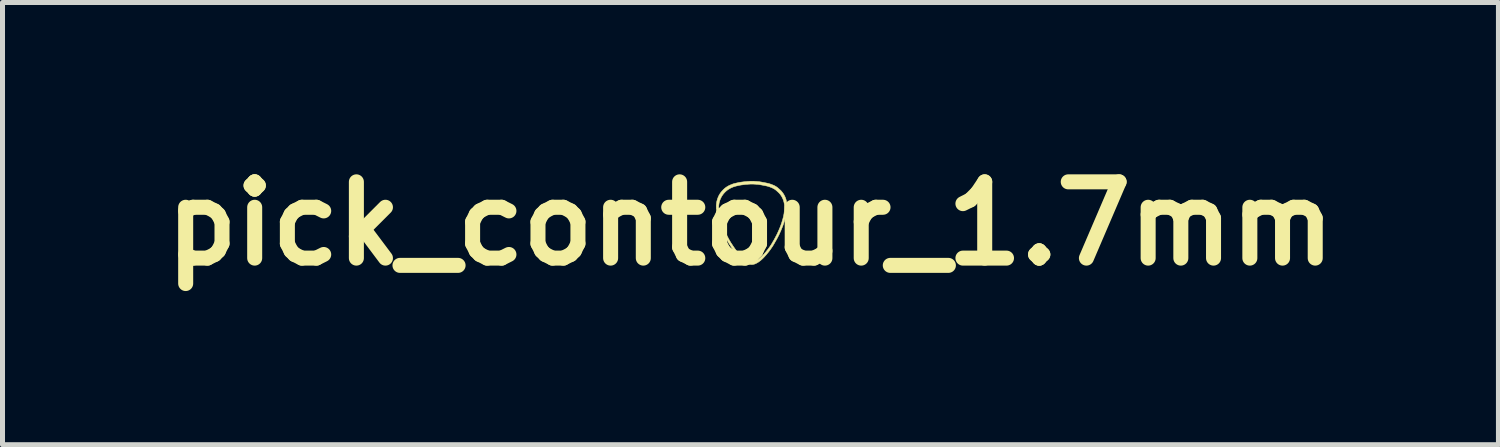
<source format=kicad_pcb>
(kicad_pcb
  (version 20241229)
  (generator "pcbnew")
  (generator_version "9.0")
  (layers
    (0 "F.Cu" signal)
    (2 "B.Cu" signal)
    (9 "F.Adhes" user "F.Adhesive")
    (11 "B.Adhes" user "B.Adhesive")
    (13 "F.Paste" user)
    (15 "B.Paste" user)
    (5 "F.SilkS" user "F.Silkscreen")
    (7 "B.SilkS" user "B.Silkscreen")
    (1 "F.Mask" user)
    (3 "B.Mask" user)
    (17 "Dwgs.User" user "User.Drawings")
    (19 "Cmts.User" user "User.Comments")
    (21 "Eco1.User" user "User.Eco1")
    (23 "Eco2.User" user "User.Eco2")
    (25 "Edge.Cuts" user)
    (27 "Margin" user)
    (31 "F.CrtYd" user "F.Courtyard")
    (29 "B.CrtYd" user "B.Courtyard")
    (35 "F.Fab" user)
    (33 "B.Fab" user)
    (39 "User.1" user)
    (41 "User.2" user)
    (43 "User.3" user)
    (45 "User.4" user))
  (footprint "pick_contour_1.7mm"
    (layer "F.Cu")
    (at 11.945 1.418)
    (property "Reference" "pick_contour_1.7mm" (at 0 0 0) (layer "F.SilkS") (effects (font (size 1.524 1.524) (thickness 0.3))))
    (attr through_hole)
    (fp_poly (pts (xy 0.075 -0.845) (xy 0.085 -0.845) (xy 0.094 -0.844) (xy 0.103 -0.844) (xy 0.111 -0.843) (xy 0.119 -0.842) (xy 0.126 -0.842) (xy 0.133 -0.841) (xy 0.139 -0.841) (xy 0.145 -0.84) (xy 0.15 -0.84) (xy 0.156 -0.839) (xy 0.16 -0.839) (xy 0.165 -0.838) (xy 0.169 -0.838) (xy 0.173 -0.838) (xy 0.177 -0.837) (xy 0.18 -0.837) (xy 0.181 -0.837) (xy 0.184 -0.836) (xy 0.187 -0.836) (xy 0.191 -0.835) (xy 0.195 -0.834) (xy 0.2 -0.833) (xy 0.205 -0.833) (xy 0.21 -0.832) (xy 0.216 -0.831) (xy 0.222 -0.83) (xy 0.228 -0.828) (xy 0.235 -0.827) (xy 0.242 -0.826) (xy 0.249 -0.825) (xy 0.251 -0.824) (xy 0.257 -0.823) (xy 0.263 -0.822) (xy 0.269 -0.821) (xy 0.275 -0.82) (xy 0.281 -0.818) (xy 0.287 -0.817) (xy 0.293 -0.816) (xy 0.298 -0.815) (xy 0.304 -0.814) (xy 0.309 -0.813) (xy 0.313 -0.812) (xy 0.318 -0.811) (xy 0.322 -0.81) (xy 0.325 -0.81) (xy 0.328 -0.809) (xy 0.331 -0.808) (xy 0.332 -0.808) (xy 0.351 -0.804) (xy 0.369 -0.799) (xy 0.387 -0.794) (xy 0.405 -0.788) (xy 0.422 -0.782) (xy 0.439 -0.775) (xy 0.454 -0.769) (xy 0.466 -0.764) (xy 0.477 -0.759) (xy 0.488 -0.753) (xy 0.499 -0.747) (xy 0.509 -0.741) (xy 0.516 -0.737) (xy 0.521 -0.733) (xy 0.525 -0.73) (xy 0.53 -0.727) (xy 0.534 -0.724) (xy 0.538 -0.721) (xy 0.543 -0.718) (xy 0.547 -0.714) (xy 0.551 -0.71) (xy 0.556 -0.706) (xy 0.561 -0.702) (xy 0.564 -0.699) (xy 0.566 -0.697) (xy 0.568 -0.695) (xy 0.571 -0.693) (xy 0.574 -0.69) (xy 0.576 -0.688) (xy 0.579 -0.686) (xy 0.58 -0.685) (xy 0.583 -0.683) (xy 0.585 -0.68) (xy 0.588 -0.678) (xy 0.59 -0.676) (xy 0.592 -0.674) (xy 0.594 -0.672) (xy 0.596 -0.67) (xy 0.598 -0.668) (xy 0.6 -0.666) (xy 0.601 -0.665) (xy 0.612 -0.655) (xy 0.622 -0.644) (xy 0.631 -0.632) (xy 0.641 -0.62) (xy 0.649 -0.608) (xy 0.658 -0.596) (xy 0.666 -0.583) (xy 0.674 -0.569) (xy 0.681 -0.555) (xy 0.682 -0.553) (xy 0.689 -0.539) (xy 0.695 -0.526) (xy 0.7 -0.512) (xy 0.705 -0.498) (xy 0.71 -0.484) (xy 0.714 -0.469) (xy 0.717 -0.455) (xy 0.72 -0.44) (xy 0.722 -0.429) (xy 0.724 -0.419) (xy 0.725 -0.409) (xy 0.726 -0.398) (xy 0.727 -0.387) (xy 0.728 -0.376) (xy 0.728 -0.365) (xy 0.728 -0.354) (xy 0.728 -0.343) (xy 0.728 -0.341) (xy 0.728 -0.34) (xy 0.728 -0.338) (xy 0.728 -0.337) (xy 0.728 -0.335) (xy 0.728 -0.334) (xy 0.728 -0.333) (xy 0.728 -0.331) (xy 0.728 -0.329) (xy 0.728 -0.328) (xy 0.728 -0.326) (xy 0.728 -0.324) (xy 0.727 -0.321) (xy 0.727 -0.319) (xy 0.727 -0.316) (xy 0.727 -0.313) (xy 0.727 -0.31) (xy 0.726 -0.306) (xy 0.726 -0.302) (xy 0.726 -0.297) (xy 0.725 -0.292) (xy 0.725 -0.287) (xy 0.724 -0.281) (xy 0.724 -0.274) (xy 0.724 -0.274) (xy 0.723 -0.266) (xy 0.723 -0.258) (xy 0.722 -0.251) (xy 0.721 -0.245) (xy 0.721 -0.238) (xy 0.72 -0.232) (xy 0.719 -0.227) (xy 0.718 -0.221) (xy 0.718 -0.215) (xy 0.717 -0.21) (xy 0.716 -0.204) (xy 0.715 -0.198) (xy 0.714 -0.193) (xy 0.713 -0.187) (xy 0.711 -0.181) (xy 0.71 -0.171) (xy 0.708 -0.162) (xy 0.706 -0.153) (xy 0.703 -0.144) (xy 0.701 -0.134) (xy 0.699 -0.124) (xy 0.696 -0.114) (xy 0.693 -0.103) (xy 0.69 -0.092) (xy 0.687 -0.081) (xy 0.684 -0.07) (xy 0.68 -0.057) (xy 0.679 -0.053) (xy 0.675 -0.04) (xy 0.671 -0.027) (xy 0.667 -0.014) (xy 0.662 -0.001) (xy 0.658 0.012) (xy 0.653 0.025) (xy 0.649 0.038) (xy 0.644 0.052) (xy 0.638 0.065) (xy 0.633 0.079) (xy 0.627 0.093) (xy 0.621 0.107) (xy 0.615 0.122) (xy 0.609 0.137) (xy 0.602 0.152) (xy 0.595 0.168) (xy 0.588 0.184) (xy 0.585 0.19) (xy 0.58 0.2) (xy 0.576 0.211) (xy 0.571 0.221) (xy 0.566 0.231) (xy 0.561 0.241) (xy 0.556 0.251) (xy 0.551 0.261) (xy 0.546 0.271) (xy 0.54 0.281) (xy 0.535 0.292) (xy 0.529 0.302) (xy 0.523 0.313) (xy 0.517 0.325) (xy 0.511 0.336) (xy 0.504 0.348) (xy 0.498 0.357) (xy 0.496 0.361) (xy 0.494 0.365) (xy 0.491 0.37) (xy 0.489 0.374) (xy 0.486 0.379) (xy 0.483 0.384) (xy 0.481 0.388) (xy 0.478 0.393) (xy 0.475 0.398) (xy 0.473 0.402) (xy 0.47 0.407) (xy 0.467 0.411) (xy 0.465 0.415) (xy 0.463 0.419) (xy 0.461 0.423) (xy 0.459 0.426) (xy 0.457 0.428) (xy 0.456 0.43) (xy 0.447 0.446) (xy 0.437 0.461) (xy 0.426 0.477) (xy 0.415 0.493) (xy 0.404 0.509) (xy 0.393 0.525) (xy 0.38 0.541) (xy 0.368 0.558) (xy 0.355 0.574) (xy 0.341 0.591) (xy 0.327 0.608) (xy 0.317 0.621) (xy 0.306 0.633) (xy 0.295 0.645) (xy 0.285 0.657) (xy 0.275 0.668) (xy 0.265 0.678) (xy 0.255 0.689) (xy 0.245 0.698) (xy 0.235 0.708) (xy 0.225 0.716) (xy 0.215 0.726) (xy 0.204 0.735) (xy 0.194 0.743) (xy 0.184 0.751) (xy 0.173 0.759) (xy 0.163 0.766) (xy 0.153 0.773) (xy 0.142 0.779) (xy 0.132 0.785) (xy 0.123 0.79) (xy 0.113 0.795) (xy 0.103 0.8) (xy 0.094 0.804) (xy 0.085 0.807) (xy 0.077 0.81) (xy 0.072 0.811) (xy 0.067 0.812) (xy 0.062 0.813) (xy 0.056 0.815) (xy 0.051 0.816) (xy 0.045 0.817) (xy 0.041 0.817) (xy 0.039 0.818) (xy 0.036 0.818) (xy 0.034 0.818) (xy 0.031 0.818) (xy 0.029 0.818) (xy 0.026 0.818) (xy 0.024 0.818) (xy 0.021 0.818) (xy 0.02 0.818) (xy 0.016 0.818) (xy 0.012 0.818) (xy 0.008 0.817) (xy 0.005 0.817) (xy 0.002 0.817) (xy -0.001 0.816) (xy -0.003 0.816) (xy -0.006 0.816) (xy -0.008 0.815) (xy -0.011 0.815) (xy -0.013 0.814) (xy -0.014 0.814) (xy -0.021 0.813) (xy -0.028 0.811) (xy -0.036 0.808) (xy -0.044 0.805) (xy -0.052 0.802) (xy -0.06 0.799) (xy -0.069 0.795) (xy -0.077 0.79) (xy -0.09 0.783) (xy -0.103 0.776) (xy -0.115 0.768) (xy -0.127 0.76) (xy -0.138 0.752) (xy -0.149 0.743) (xy -0.154 0.739) (xy -0.157 0.736) (xy -0.161 0.732) (xy -0.165 0.729) (xy -0.17 0.725) (xy -0.175 0.72) (xy -0.179 0.716) (xy -0.184 0.711) (xy -0.189 0.706) (xy -0.194 0.702) (xy -0.199 0.697) (xy -0.205 0.692) (xy -0.209 0.687) (xy -0.214 0.683) (xy -0.219 0.678) (xy -0.223 0.674) (xy -0.227 0.67) (xy -0.231 0.666) (xy -0.235 0.662) (xy -0.238 0.659) (xy -0.242 0.654) (xy -0.247 0.649) (xy -0.252 0.644) (xy -0.257 0.638) (xy -0.262 0.632) (xy -0.267 0.625) (xy -0.273 0.618) (xy -0.279 0.611) (xy -0.285 0.604) (xy -0.29 0.597) (xy -0.296 0.589) (xy -0.302 0.582) (xy -0.308 0.574) (xy -0.314 0.567) (xy -0.319 0.559) (xy -0.325 0.552) (xy -0.33 0.545) (xy -0.333 0.541) (xy -0.335 0.538) (xy -0.338 0.534) (xy -0.34 0.531) (xy -0.342 0.528) (xy -0.345 0.524) (xy -0.347 0.521) (xy -0.35 0.517) (xy -0.352 0.514) (xy -0.355 0.51) (xy -0.358 0.506) (xy -0.36 0.501) (xy -0.364 0.497) (xy -0.367 0.492) (xy -0.371 0.487) (xy -0.374 0.481) (xy -0.376 0.479) (xy -0.382 0.469) (xy -0.388 0.46) (xy -0.394 0.451) (xy -0.4 0.442) (xy -0.405 0.434) (xy -0.41 0.426) (xy -0.415 0.419) (xy -0.42 0.411) (xy -0.424 0.404) (xy -0.429 0.397) (xy -0.433 0.39) (xy -0.437 0.384) (xy -0.441 0.377) (xy -0.445 0.371) (xy -0.448 0.364) (xy -0.452 0.358) (xy -0.456 0.351) (xy -0.459 0.345) (xy -0.463 0.338) (xy -0.467 0.332) (xy -0.47 0.325) (xy -0.474 0.318) (xy -0.478 0.31) (xy -0.482 0.303) (xy -0.486 0.295) (xy -0.49 0.287) (xy -0.494 0.279) (xy -0.496 0.276) (xy -0.499 0.268) (xy -0.503 0.26) (xy -0.507 0.252) (xy -0.511 0.244) (xy -0.515 0.236) (xy -0.519 0.227) (xy -0.523 0.219) (xy -0.527 0.21) (xy -0.531 0.202) (xy -0.535 0.194) (xy -0.539 0.186) (xy -0.543 0.178) (xy -0.546 0.17) (xy -0.55 0.162) (xy -0.553 0.155) (xy -0.556 0.148) (xy -0.559 0.142) (xy -0.562 0.136) (xy -0.562 0.135) (xy -0.573 0.111) (xy -0.582 0.087) (xy -0.592 0.063) (xy -0.601 0.04) (xy -0.609 0.016) (xy -0.617 -0.007) (xy -0.625 -0.031) (xy -0.632 -0.054) (xy -0.639 -0.078) (xy -0.645 -0.101) (xy -0.651 -0.125) (xy -0.657 -0.149) (xy -0.662 -0.174) (xy -0.666 -0.192) (xy -0.667 -0.2) (xy -0.669 -0.207) (xy -0.67 -0.214) (xy -0.671 -0.22) (xy -0.672 -0.226) (xy -0.673 -0.232) (xy -0.674 -0.237) (xy -0.675 -0.242) (xy -0.676 -0.246) (xy -0.676 -0.251) (xy -0.677 -0.255) (xy -0.677 -0.259) (xy -0.678 -0.263) (xy -0.678 -0.266) (xy -0.678 -0.27) (xy -0.678 -0.274) (xy -0.678 -0.275) (xy -0.679 -0.282) (xy -0.679 -0.289) (xy -0.679 -0.296) (xy -0.68 -0.302) (xy -0.68 -0.307) (xy -0.681 -0.312) (xy -0.681 -0.316) (xy -0.682 -0.319) (xy -0.683 -0.325) (xy -0.683 -0.349) (xy -0.635 -0.349) (xy -0.635 -0.302) (xy -0.634 -0.296) (xy -0.634 -0.294) (xy -0.633 -0.29) (xy -0.633 -0.286) (xy -0.632 -0.282) (xy -0.632 -0.277) (xy -0.632 -0.271) (xy -0.631 -0.265) (xy -0.631 -0.259) (xy -0.631 -0.257) (xy -0.631 -0.254) (xy -0.631 -0.25) (xy -0.63 -0.247) (xy -0.63 -0.244) (xy -0.63 -0.24) (xy -0.629 -0.237) (xy -0.629 -0.234) (xy -0.628 -0.23) (xy -0.628 -0.226) (xy -0.627 -0.222) (xy -0.626 -0.218) (xy -0.626 -0.213) (xy -0.625 -0.208) (xy -0.624 -0.202) (xy -0.622 -0.196) (xy -0.622 -0.195) (xy -0.618 -0.172) (xy -0.613 -0.149) (xy -0.608 -0.126) (xy -0.602 -0.103) (xy -0.596 -0.081) (xy -0.59 -0.059) (xy -0.583 -0.037) (xy -0.576 -0.015) (xy -0.569 0.007) (xy -0.561 0.029) (xy -0.553 0.051) (xy -0.544 0.074) (xy -0.535 0.096) (xy -0.525 0.119) (xy -0.524 0.121) (xy -0.522 0.127) (xy -0.519 0.133) (xy -0.516 0.14) (xy -0.513 0.147) (xy -0.509 0.155) (xy -0.505 0.163) (xy -0.501 0.171) (xy -0.501 0.173) (xy -0.499 0.175) (xy -0.498 0.178) (xy -0.497 0.181) (xy -0.496 0.183) (xy -0.495 0.185) (xy -0.494 0.187) (xy -0.493 0.189) (xy -0.493 0.189) (xy -0.49 0.196) (xy -0.487 0.202) (xy -0.483 0.209) (xy -0.48 0.217) (xy -0.476 0.224) (xy -0.473 0.231) (xy -0.469 0.239) (xy -0.466 0.246) (xy -0.462 0.253) (xy -0.459 0.26) (xy -0.455 0.267) (xy -0.452 0.273) (xy -0.449 0.278) (xy -0.446 0.285) (xy -0.442 0.292) (xy -0.439 0.299) (xy -0.435 0.305) (xy -0.432 0.311) (xy -0.429 0.317) (xy -0.425 0.323) (xy -0.422 0.329) (xy -0.419 0.335) (xy -0.416 0.341) (xy -0.412 0.346) (xy -0.409 0.352) (xy -0.405 0.358) (xy -0.402 0.364) (xy -0.398 0.37) (xy -0.394 0.376) (xy -0.39 0.383) (xy -0.386 0.39) (xy -0.381 0.396) (xy -0.376 0.404) (xy -0.372 0.411) (xy -0.366 0.419) (xy -0.361 0.427) (xy -0.355 0.436) (xy -0.35 0.444) (xy -0.346 0.45) (xy -0.342 0.456) (xy -0.338 0.461) (xy -0.335 0.466) (xy -0.332 0.471) (xy -0.329 0.475) (xy -0.326 0.479) (xy -0.323 0.483) (xy -0.321 0.487) (xy -0.318 0.49) (xy -0.316 0.494) (xy -0.313 0.498) (xy -0.311 0.501) (xy -0.308 0.505) (xy -0.305 0.508) (xy -0.303 0.512) (xy -0.3 0.515) (xy -0.295 0.522) (xy -0.289 0.53) (xy -0.284 0.537) (xy -0.278 0.545) (xy -0.272 0.552) (xy -0.266 0.56) (xy -0.26 0.567) (xy -0.254 0.575) (xy -0.248 0.582) (xy -0.242 0.588) (xy -0.237 0.595) (xy -0.232 0.601) (xy -0.23 0.603) (xy -0.227 0.606) (xy -0.224 0.609) (xy -0.221 0.613) (xy -0.217 0.617) (xy -0.213 0.621) (xy -0.208 0.625) (xy -0.204 0.63) (xy -0.199 0.635) (xy -0.194 0.639) (xy -0.189 0.644) (xy -0.184 0.649) (xy -0.179 0.654) (xy -0.174 0.659) (xy -0.169 0.663) (xy -0.164 0.668) (xy -0.159 0.672) (xy -0.155 0.677) (xy -0.15 0.681) (xy -0.146 0.684) (xy -0.142 0.688) (xy -0.142 0.688) (xy -0.131 0.697) (xy -0.119 0.706) (xy -0.108 0.714) (xy -0.096 0.722) (xy -0.084 0.729) (xy -0.071 0.735) (xy -0.068 0.737) (xy -0.061 0.741) (xy -0.055 0.744) (xy -0.049 0.746) (xy -0.043 0.749) (xy -0.037 0.751) (xy -0.031 0.753) (xy -0.026 0.755) (xy -0.02 0.756) (xy -0.015 0.758) (xy -0.013 0.758) (xy -0.01 0.759) (xy -0.007 0.759) (xy -0.004 0.76) (xy -0.000458 0.76) (xy 0.003 0.761) (xy 0.007 0.761) (xy 0.011 0.761) (xy 0.015 0.762) (xy 0.02 0.762) (xy 0.021 0.762) (xy 0.023 0.762) (xy 0.024 0.762) (xy 0.026 0.762) (xy 0.029 0.762) (xy 0.031 0.762) (xy 0.033 0.762) (xy 0.034 0.762) (xy 0.035 0.762) (xy 0.04 0.761) (xy 0.045 0.76) (xy 0.051 0.759) (xy 0.056 0.758) (xy 0.062 0.757) (xy 0.068 0.756) (xy 0.073 0.754) (xy 0.075 0.753) (xy 0.084 0.75) (xy 0.092 0.747) (xy 0.101 0.743) (xy 0.11 0.739) (xy 0.118 0.735) (xy 0.127 0.73) (xy 0.137 0.724) (xy 0.146 0.719) (xy 0.155 0.713) (xy 0.157 0.711) (xy 0.168 0.703) (xy 0.178 0.695) (xy 0.189 0.687) (xy 0.199 0.678) (xy 0.21 0.669) (xy 0.221 0.659) (xy 0.231 0.649) (xy 0.242 0.638) (xy 0.253 0.627) (xy 0.264 0.616) (xy 0.275 0.604) (xy 0.283 0.594) (xy 0.294 0.581) (xy 0.306 0.567) (xy 0.317 0.554) (xy 0.328 0.54) (xy 0.339 0.526) (xy 0.35 0.512) (xy 0.36 0.499) (xy 0.37 0.485) (xy 0.38 0.471) (xy 0.39 0.458) (xy 0.397 0.446) (xy 0.4 0.443) (xy 0.402 0.439) (xy 0.405 0.435) (xy 0.407 0.432) (xy 0.41 0.428) (xy 0.412 0.424) (xy 0.414 0.421) (xy 0.417 0.417) (xy 0.419 0.413) (xy 0.422 0.409) (xy 0.424 0.405) (xy 0.427 0.4) (xy 0.43 0.395) (xy 0.433 0.39) (xy 0.436 0.385) (xy 0.439 0.379) (xy 0.443 0.373) (xy 0.446 0.367) (xy 0.45 0.36) (xy 0.455 0.353) (xy 0.464 0.336) (xy 0.474 0.32) (xy 0.483 0.303) (xy 0.491 0.288) (xy 0.5 0.272) (xy 0.507 0.257) (xy 0.515 0.243) (xy 0.522 0.229) (xy 0.529 0.215) (xy 0.536 0.201) (xy 0.542 0.188) (xy 0.542 0.188) (xy 0.55 0.17) (xy 0.558 0.152) (xy 0.566 0.135) (xy 0.573 0.118) (xy 0.58 0.101) (xy 0.587 0.085) (xy 0.593 0.07) (xy 0.599 0.055) (xy 0.605 0.04) (xy 0.605 0.038) (xy 0.609 0.028) (xy 0.612 0.019) (xy 0.615 0.009) (xy 0.619 -0.000077) (xy 0.622 -0.01) (xy 0.625 -0.019) (xy 0.628 -0.029) (xy 0.631 -0.039) (xy 0.634 -0.05) (xy 0.638 -0.061) (xy 0.641 -0.072) (xy 0.645 -0.086) (xy 0.649 -0.1) (xy 0.652 -0.114) (xy 0.656 -0.127) (xy 0.659 -0.14) (xy 0.661 -0.152) (xy 0.664 -0.164) (xy 0.666 -0.175) (xy 0.668 -0.186) (xy 0.67 -0.196) (xy 0.671 -0.205) (xy 0.672 -0.21) (xy 0.672 -0.214) (xy 0.673 -0.219) (xy 0.673 -0.223) (xy 0.674 -0.227) (xy 0.674 -0.232) (xy 0.675 -0.237) (xy 0.675 -0.242) (xy 0.676 -0.248) (xy 0.676 -0.248) (xy 0.676 -0.252) (xy 0.676 -0.255) (xy 0.677 -0.259) (xy 0.677 -0.263) (xy 0.677 -0.267) (xy 0.678 -0.271) (xy 0.678 -0.273) (xy 0.678 -0.279) (xy 0.679 -0.285) (xy 0.679 -0.29) (xy 0.679 -0.294) (xy 0.68 -0.298) (xy 0.68 -0.302) (xy 0.68 -0.305) (xy 0.68 -0.308) (xy 0.68 -0.311) (xy 0.68 -0.314) (xy 0.681 -0.317) (xy 0.681 -0.319) (xy 0.681 -0.322) (xy 0.681 -0.324) (xy 0.681 -0.327) (xy 0.681 -0.33) (xy 0.681 -0.332) (xy 0.68 -0.342) (xy 0.68 -0.351) (xy 0.68 -0.361) (xy 0.679 -0.37) (xy 0.678 -0.378) (xy 0.677 -0.387) (xy 0.676 -0.395) (xy 0.674 -0.404) (xy 0.673 -0.413) (xy 0.672 -0.418) (xy 0.668 -0.432) (xy 0.665 -0.446) (xy 0.661 -0.46) (xy 0.656 -0.474) (xy 0.65 -0.488) (xy 0.645 -0.501) (xy 0.638 -0.514) (xy 0.632 -0.527) (xy 0.625 -0.54) (xy 0.617 -0.553) (xy 0.609 -0.565) (xy 0.601 -0.577) (xy 0.592 -0.588) (xy 0.584 -0.598) (xy 0.58 -0.602) (xy 0.577 -0.605) (xy 0.574 -0.608) (xy 0.571 -0.612) (xy 0.568 -0.615) (xy 0.564 -0.619) (xy 0.562 -0.621) (xy 0.559 -0.624) (xy 0.557 -0.626) (xy 0.555 -0.628) (xy 0.553 -0.629) (xy 0.551 -0.631) (xy 0.549 -0.633) (xy 0.546 -0.636) (xy 0.544 -0.638) (xy 0.542 -0.639) (xy 0.541 -0.641) (xy 0.538 -0.643) (xy 0.536 -0.645) (xy 0.534 -0.647) (xy 0.531 -0.649) (xy 0.529 -0.651) (xy 0.528 -0.652) (xy 0.526 -0.654) (xy 0.524 -0.656) (xy 0.522 -0.658) (xy 0.52 -0.659) (xy 0.518 -0.661) (xy 0.517 -0.662) (xy 0.516 -0.663) (xy 0.507 -0.67) (xy 0.497 -0.678) (xy 0.487 -0.685) (xy 0.476 -0.692) (xy 0.465 -0.698) (xy 0.454 -0.704) (xy 0.442 -0.71) (xy 0.432 -0.715) (xy 0.417 -0.721) (xy 0.402 -0.727) (xy 0.387 -0.733) (xy 0.371 -0.738) (xy 0.355 -0.743) (xy 0.339 -0.748) (xy 0.323 -0.752) (xy 0.312 -0.754) (xy 0.31 -0.755) (xy 0.307 -0.755) (xy 0.303 -0.756) (xy 0.299 -0.757) (xy 0.295 -0.758) (xy 0.29 -0.759) (xy 0.285 -0.76) (xy 0.28 -0.761) (xy 0.274 -0.762) (xy 0.269 -0.763) (xy 0.263 -0.764) (xy 0.257 -0.765) (xy 0.251 -0.766) (xy 0.245 -0.768) (xy 0.239 -0.769) (xy 0.233 -0.77) (xy 0.227 -0.771) (xy 0.221 -0.772) (xy 0.215 -0.773) (xy 0.21 -0.774) (xy 0.209 -0.774) (xy 0.203 -0.775) (xy 0.198 -0.776) (xy 0.193 -0.777) (xy 0.189 -0.778) (xy 0.185 -0.778) (xy 0.181 -0.779) (xy 0.177 -0.78) (xy 0.174 -0.78) (xy 0.171 -0.781) (xy 0.167 -0.781) (xy 0.164 -0.782) (xy 0.161 -0.782) (xy 0.158 -0.782) (xy 0.155 -0.783) (xy 0.152 -0.783) (xy 0.15 -0.783) (xy 0.147 -0.783) (xy 0.145 -0.784) (xy 0.142 -0.784) (xy 0.138 -0.784) (xy 0.134 -0.785) (xy 0.13 -0.785) (xy 0.126 -0.785) (xy 0.121 -0.786) (xy 0.116 -0.786) (xy 0.112 -0.786) (xy 0.107 -0.787) (xy 0.102 -0.787) (xy 0.098 -0.787) (xy 0.093 -0.788) (xy 0.089 -0.788) (xy 0.085 -0.788) (xy 0.084 -0.788) (xy 0.081 -0.788) (xy 0.078 -0.789) (xy 0.075 -0.789) (xy 0.072 -0.789) (xy 0.069 -0.789) (xy 0.066 -0.789) (xy 0.066 -0.789) (xy 0.064 -0.79) (xy 0.063 -0.79) (xy 0.062 -0.79) (xy 0.06 -0.79) (xy 0.059 -0.79) (xy 0.058 -0.79) (xy 0.056 -0.79) (xy 0.054 -0.79) (xy 0.052 -0.79) (xy 0.05 -0.79) (xy 0.048 -0.79) (xy 0.045 -0.79) (xy 0.042 -0.79) (xy 0.039 -0.79) (xy 0.035 -0.79) (xy 0.03 -0.79) (xy 0.027 -0.79) (xy 0.022 -0.79) (xy 0.018 -0.79) (xy 0.013 -0.79) (xy 0.01 -0.79) (xy 0.007 -0.79) (xy 0.004 -0.79) (xy 0.001 -0.79) (xy -0.002 -0.79) (xy -0.004 -0.79) (xy -0.007 -0.79) (xy -0.009 -0.79) (xy -0.011 -0.789) (xy -0.014 -0.789) (xy -0.016 -0.789) (xy -0.019 -0.789) (xy -0.022 -0.789) (xy -0.026 -0.788) (xy -0.03 -0.788) (xy -0.034 -0.788) (xy -0.034 -0.788) (xy -0.041 -0.787) (xy -0.047 -0.787) (xy -0.053 -0.786) (xy -0.059 -0.786) (xy -0.064 -0.785) (xy -0.069 -0.785) (xy -0.073 -0.785) (xy -0.077 -0.784) (xy -0.081 -0.784) (xy -0.085 -0.784) (xy -0.089 -0.783) (xy -0.092 -0.783) (xy -0.096 -0.783) (xy -0.099 -0.782) (xy -0.102 -0.782) (xy -0.106 -0.782) (xy -0.109 -0.781) (xy -0.113 -0.781) (xy -0.114 -0.781) (xy -0.124 -0.78) (xy -0.133 -0.778) (xy -0.142 -0.777) (xy -0.15 -0.776) (xy -0.158 -0.775) (xy -0.166 -0.774) (xy -0.174 -0.773) (xy -0.181 -0.772) (xy -0.188 -0.771) (xy -0.195 -0.77) (xy -0.202 -0.769) (xy -0.208 -0.767) (xy -0.215 -0.766) (xy -0.222 -0.765) (xy -0.229 -0.763) (xy -0.236 -0.762) (xy -0.244 -0.76) (xy -0.251 -0.758) (xy -0.257 -0.757) (xy -0.259 -0.756) (xy -0.262 -0.756) (xy -0.264 -0.755) (xy -0.267 -0.755) (xy -0.269 -0.754) (xy -0.271 -0.754) (xy -0.271 -0.754) (xy -0.279 -0.752) (xy -0.287 -0.75) (xy -0.294 -0.748) (xy -0.301 -0.747) (xy -0.307 -0.745) (xy -0.313 -0.743) (xy -0.319 -0.741) (xy -0.325 -0.739) (xy -0.327 -0.738) (xy -0.341 -0.734) (xy -0.353 -0.729) (xy -0.366 -0.724) (xy -0.377 -0.719) (xy -0.389 -0.713) (xy -0.4 -0.708) (xy -0.41 -0.703) (xy -0.42 -0.697) (xy -0.43 -0.691) (xy -0.44 -0.685) (xy -0.449 -0.679) (xy -0.453 -0.677) (xy -0.461 -0.67) (xy -0.47 -0.663) (xy -0.479 -0.656) (xy -0.488 -0.648) (xy -0.496 -0.641) (xy -0.505 -0.632) (xy -0.513 -0.624) (xy -0.522 -0.615) (xy -0.529 -0.606) (xy -0.536 -0.599) (xy -0.545 -0.587) (xy -0.555 -0.574) (xy -0.563 -0.562) (xy -0.572 -0.549) (xy -0.579 -0.536) (xy -0.587 -0.522) (xy -0.593 -0.508) (xy -0.6 -0.494) (xy -0.606 -0.48) (xy -0.611 -0.465) (xy -0.616 -0.45) (xy -0.618 -0.442) (xy -0.622 -0.429) (xy -0.625 -0.416) (xy -0.627 -0.404) (xy -0.629 -0.391) (xy -0.631 -0.378) (xy -0.632 -0.368) (xy -0.633 -0.365) (xy -0.633 -0.363) (xy -0.633 -0.361) (xy -0.633 -0.359) (xy -0.633 -0.358) (xy -0.633 -0.357) (xy -0.634 -0.356) (xy -0.634 -0.355) (xy -0.634 -0.354) (xy -0.634 -0.353) (xy -0.635 -0.349) (xy -0.683 -0.349) (xy -0.683 -0.372) (xy -0.682 -0.376) (xy -0.682 -0.378) (xy -0.681 -0.379) (xy -0.681 -0.381) (xy -0.681 -0.382) (xy -0.681 -0.383) (xy -0.681 -0.385) (xy -0.68 -0.386) (xy -0.68 -0.388) (xy -0.68 -0.391) (xy -0.68 -0.391) (xy -0.679 -0.404) (xy -0.677 -0.418) (xy -0.675 -0.431) (xy -0.672 -0.444) (xy -0.669 -0.457) (xy -0.665 -0.47) (xy -0.662 -0.484) (xy -0.658 -0.494) (xy -0.653 -0.509) (xy -0.647 -0.524) (xy -0.641 -0.539) (xy -0.634 -0.553) (xy -0.627 -0.567) (xy -0.619 -0.581) (xy -0.61 -0.595) (xy -0.602 -0.608) (xy -0.592 -0.621) (xy -0.582 -0.634) (xy -0.572 -0.646) (xy -0.561 -0.658) (xy -0.55 -0.67) (xy -0.539 -0.682) (xy -0.526 -0.693) (xy -0.518 -0.701) (xy -0.508 -0.709) (xy -0.499 -0.716) (xy -0.489 -0.723) (xy -0.479 -0.73) (xy -0.469 -0.737) (xy -0.458 -0.743) (xy -0.447 -0.75) (xy -0.435 -0.756) (xy -0.423 -0.762) (xy -0.411 -0.768) (xy -0.398 -0.773) (xy -0.385 -0.779) (xy -0.371 -0.784) (xy -0.357 -0.79) (xy -0.355 -0.79) (xy -0.351 -0.792) (xy -0.347 -0.793) (xy -0.343 -0.795) (xy -0.338 -0.796) (xy -0.334 -0.797) (xy -0.33 -0.798) (xy -0.325 -0.8) (xy -0.321 -0.801) (xy -0.315 -0.802) (xy -0.31 -0.803) (xy -0.304 -0.805) (xy -0.298 -0.806) (xy -0.297 -0.806) (xy -0.294 -0.807) (xy -0.291 -0.808) (xy -0.287 -0.809) (xy -0.283 -0.81) (xy -0.28 -0.811) (xy -0.276 -0.811) (xy -0.274 -0.812) (xy -0.264 -0.814) (xy -0.255 -0.816) (xy -0.247 -0.818) (xy -0.238 -0.82) (xy -0.23 -0.821) (xy -0.222 -0.823) (xy -0.214 -0.824) (xy -0.206 -0.826) (xy -0.198 -0.827) (xy -0.189 -0.828) (xy -0.181 -0.829) (xy -0.176 -0.83) (xy -0.171 -0.831) (xy -0.165 -0.832) (xy -0.159 -0.832) (xy -0.152 -0.833) (xy -0.146 -0.834) (xy -0.139 -0.835) (xy -0.132 -0.835) (xy -0.125 -0.836) (xy -0.119 -0.837) (xy -0.113 -0.838) (xy -0.106 -0.838) (xy -0.101 -0.839) (xy -0.095 -0.839) (xy -0.094 -0.839) (xy -0.091 -0.84) (xy -0.087 -0.84) (xy -0.083 -0.84) (xy -0.078 -0.841) (xy -0.074 -0.841) (xy -0.069 -0.842) (xy -0.064 -0.842) (xy -0.059 -0.842) (xy -0.055 -0.843) (xy -0.05 -0.843) (xy -0.045 -0.844) (xy -0.04 -0.844) (xy -0.036 -0.844) (xy -0.031 -0.845) (xy -0.027 -0.845) (xy -0.023 -0.845) (xy -0.02 -0.845) (xy -0.017 -0.846) (xy -0.014 -0.846) (xy -0.012 -0.846) (xy -0.01 -0.846) (xy -0.01 -0.846) (xy -0.008 -0.846) (xy -0.006 -0.846) (xy -0.004 -0.846) (xy -0.001 -0.846) (xy 0.002 -0.846) (xy 0.005 -0.846) (xy 0.009 -0.846) (xy 0.014 -0.846) (xy 0.018 -0.846) (xy 0.023 -0.846) (xy 0.028 -0.846) (xy 0.059 -0.847) (xy 0.075 -0.845)) (stroke (width 0.01) (type solid)) (fill yes) (layer "F.SilkS")))
  (gr_rect
    (start -3 -3)
    (end 26.891 5.836)
    (stroke (width 0.1) (type default))
    (fill no)
    (layer "Edge.Cuts")))
</source>
